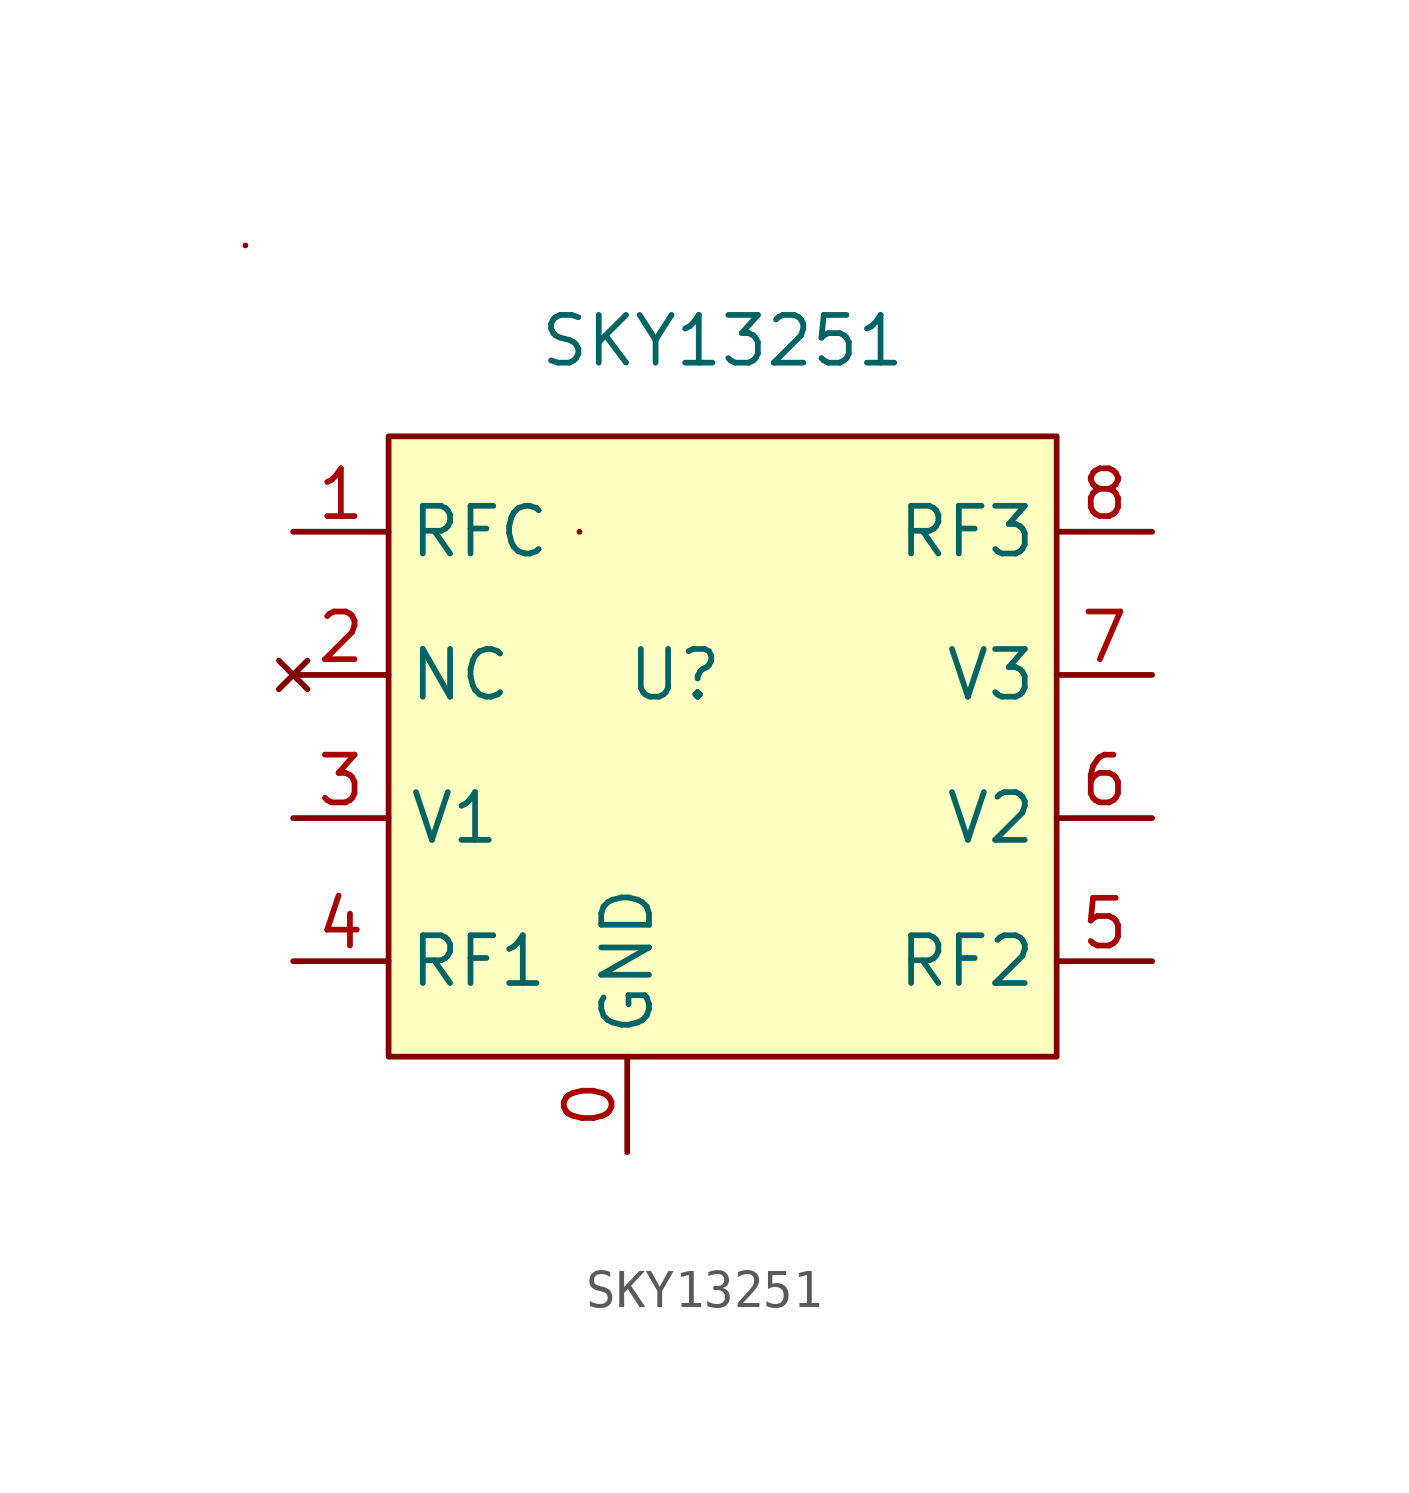
<source format=kicad_sym>
(kicad_symbol_lib
  (version 20211014)
  (generator kicad_symbol_editor)
  (symbol "SKY13251"
    (property "Reference" "U"
      (at -1.27 2.54 0)
      (effects (font (size 1.27 1.27))))
    (property "Value" "SKY13251"
      (at 0 11.43 0)
      (effects (font (size 1.27 1.27))))
    (symbol "SKY13251_0_1"
      (rectangle (start -12.7 13.97) (end -12.7 13.97) (stroke (width 0.152) (type default) (color 0 0 0 0)) (fill (type none)))
      (rectangle (start -8.89 8.89) (end 8.89 -7.62) (stroke (width 0.152) (type default) (color 0 0 0 0)) (fill (type background)))
      (rectangle (start -3.81 6.35) (end -3.81 6.35) (stroke (width 0.152) (type default) (color 0 0 0 0)) (fill (type none))))
    (symbol "SKY13251_1_1"
      (pin power_in line (at -2.54 -10.16 90) (length 2.54) (name "GND" (effects (font (size 1.27 1.27)))) (number "0" (effects (font (size 1.27 1.27)))))
      (pin input line (at -11.43 6.35 0) (length 2.54) (name "RFC" (effects (font (size 1.27 1.27)))) (number "1" (effects (font (size 1.27 1.27)))))
      (pin no_connect line (at -11.43 2.54 0) (length 2.54) (name "NC" (effects (font (size 1.27 1.27)))) (number "2" (effects (font (size 1.27 1.27)))))
      (pin power_in line (at -11.43 -1.27 0) (length 2.54) (name "V1" (effects (font (size 1.27 1.27)))) (number "3" (effects (font (size 1.27 1.27)))))
      (pin output line (at -11.43 -5.08 0) (length 2.54) (name "RF1" (effects (font (size 1.27 1.27)))) (number "4" (effects (font (size 1.27 1.27)))))
      (pin output line (at 11.43 -5.08 180) (length 2.54) (name "RF2" (effects (font (size 1.27 1.27)))) (number "5" (effects (font (size 1.27 1.27)))))
      (pin power_in line (at 11.43 -1.27 180) (length 2.54) (name "V2" (effects (font (size 1.27 1.27)))) (number "6" (effects (font (size 1.27 1.27)))))
      (pin power_in line (at 11.43 2.54 180) (length 2.54) (name "V3" (effects (font (size 1.27 1.27)))) (number "7" (effects (font (size 1.27 1.27)))))
      (pin output line (at 11.43 6.35 180) (length 2.54) (name "RF3" (effects (font (size 1.27 1.27)))) (number "8" (effects (font (size 1.27 1.27))))))))
</source>
